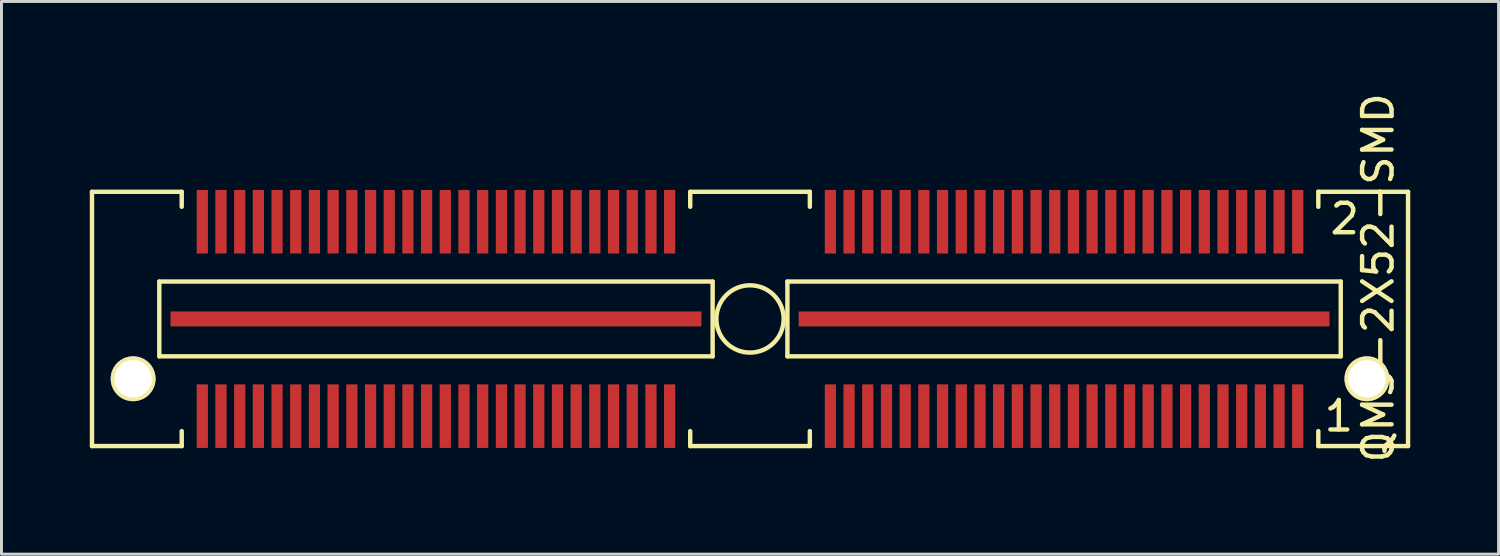
<source format=kicad_pcb>
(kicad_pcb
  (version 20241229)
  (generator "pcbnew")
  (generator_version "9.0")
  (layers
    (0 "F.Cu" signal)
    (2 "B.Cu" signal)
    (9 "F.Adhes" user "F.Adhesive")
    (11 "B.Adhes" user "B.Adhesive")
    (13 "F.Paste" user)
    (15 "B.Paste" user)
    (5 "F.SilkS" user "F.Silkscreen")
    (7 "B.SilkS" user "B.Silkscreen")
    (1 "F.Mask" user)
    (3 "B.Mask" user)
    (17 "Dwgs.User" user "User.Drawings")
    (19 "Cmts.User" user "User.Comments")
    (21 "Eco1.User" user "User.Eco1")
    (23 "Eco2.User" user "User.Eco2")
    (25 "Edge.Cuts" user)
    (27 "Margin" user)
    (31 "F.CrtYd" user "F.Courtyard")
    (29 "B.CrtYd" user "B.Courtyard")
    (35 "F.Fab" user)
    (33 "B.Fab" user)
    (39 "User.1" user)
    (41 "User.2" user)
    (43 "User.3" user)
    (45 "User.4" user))
  (footprint "QMS-2X52-SMD"
    (layer "F.Cu")
    (at 22.427 7.784)
    (property "Reference" "QMS-2X52-SMD" (at 21.336 -1.397 90) (layer "F.SilkS") (effects (font (size 1 1) (thickness 0.15))))
    (attr smd)
    (fp_line (start -22.352 -4.318) (end -19.304 -4.318) (stroke (width 0.15) (type solid)) (layer "F.SilkS"))
    (fp_line (start -22.352 4.318) (end -22.352 -4.318) (stroke (width 0.15) (type solid)) (layer "F.SilkS"))
    (fp_line (start -20.066 -1.27) (end -20.066 1.27) (stroke (width 0.15) (type solid)) (layer "F.SilkS"))
    (fp_line (start -20.066 -1.27) (end -1.27 -1.27) (stroke (width 0.15) (type solid)) (layer "F.SilkS"))
    (fp_line (start -19.304 -4.318) (end -19.304 -3.81) (stroke (width 0.15) (type solid)) (layer "F.SilkS"))
    (fp_line (start -19.304 3.81) (end -19.304 4.318) (stroke (width 0.15) (type solid)) (layer "F.SilkS"))
    (fp_line (start -19.304 4.318) (end -22.352 4.318) (stroke (width 0.15) (type solid)) (layer "F.SilkS"))
    (fp_line (start -2.032 -4.318) (end 2.032 -4.318) (stroke (width 0.15) (type solid)) (layer "F.SilkS"))
    (fp_line (start -2.032 -3.81) (end -2.032 -4.318) (stroke (width 0.15) (type solid)) (layer "F.SilkS"))
    (fp_line (start -2.032 4.318) (end -2.032 3.81) (stroke (width 0.15) (type solid)) (layer "F.SilkS"))
    (fp_line (start -1.27 1.27) (end -20.066 1.27) (stroke (width 0.15) (type solid)) (layer "F.SilkS"))
    (fp_line (start -1.27 1.27) (end -1.27 -1.27) (stroke (width 0.15) (type solid)) (layer "F.SilkS"))
    (fp_line (start 1.27 -1.27) (end 20.066 -1.27) (stroke (width 0.15) (type solid)) (layer "F.SilkS"))
    (fp_line (start 1.27 1.27) (end 1.27 -1.27) (stroke (width 0.15) (type solid)) (layer "F.SilkS"))
    (fp_line (start 2.032 -4.318) (end 2.032 -3.81) (stroke (width 0.15) (type solid)) (layer "F.SilkS"))
    (fp_line (start 2.032 3.81) (end 2.032 4.318) (stroke (width 0.15) (type solid)) (layer "F.SilkS"))
    (fp_line (start 2.032 4.318) (end -2.032 4.318) (stroke (width 0.15) (type solid)) (layer "F.SilkS"))
    (fp_line (start 19.304 -4.318) (end 22.352 -4.318) (stroke (width 0.15) (type solid)) (layer "F.SilkS"))
    (fp_line (start 19.304 -3.81) (end 19.304 -4.318) (stroke (width 0.15) (type solid)) (layer "F.SilkS"))
    (fp_line (start 19.304 4.318) (end 19.304 3.81) (stroke (width 0.15) (type solid)) (layer "F.SilkS"))
    (fp_line (start 20.066 -1.27) (end 20.066 1.27) (stroke (width 0.15) (type solid)) (layer "F.SilkS"))
    (fp_line (start 20.066 1.27) (end 1.27 1.27) (stroke (width 0.15) (type solid)) (layer "F.SilkS"))
    (fp_line (start 22.352 -4.318) (end 22.352 4.318) (stroke (width 0.15) (type solid)) (layer "F.SilkS"))
    (fp_line (start 22.352 4.318) (end 19.304 4.318) (stroke (width 0.15) (type solid)) (layer "F.SilkS"))
    (fp_circle (center 0 0) (end 0 -1.143) (stroke (width 0.15) (type solid)) (fill no) (layer "F.SilkS"))
    (fp_text user "1" (at 20 3.299 0) (layer "F.SilkS") (effects (font (size 1 1) (thickness 0.15))))
    (fp_text user "2" (at 20.201 -3.401 0) (layer "F.SilkS") (effects (font (size 1 1) (thickness 0.15))))
    (pad "" thru_hole circle (at -20.955 2.032) (size 1.524 1.524) (drill 1.27) (layers "*.Cu" "*.Mask" "F.SilkS"))
    (pad "" thru_hole circle (at 20.955 2.032) (size 1.524 1.524) (drill 1.27) (layers "*.Cu" "*.Mask" "F.SilkS"))
    (pad "1" smd rect (at 18.605 3.302) (size 0.381 2.159) (layers "F.Cu" "F.Mask" "F.Paste"))
    (pad "2" smd rect (at 18.605 -3.302) (size 0.381 2.159) (layers "F.Cu" "F.Mask" "F.Paste"))
    (pad "3" smd rect (at 17.971 3.302) (size 0.381 2.159) (layers "F.Cu" "F.Mask" "F.Paste"))
    (pad "4" smd rect (at 17.971 -3.302) (size 0.381 2.159) (layers "F.Cu" "F.Mask" "F.Paste"))
    (pad "5" smd rect (at 17.335 3.302) (size 0.381 2.159) (layers "F.Cu" "F.Mask" "F.Paste"))
    (pad "6" smd rect (at 17.335 -3.302) (size 0.381 2.159) (layers "F.Cu" "F.Mask" "F.Paste"))
    (pad "7" smd rect (at 16.701 3.302) (size 0.381 2.159) (layers "F.Cu" "F.Mask" "F.Paste"))
    (pad "8" smd rect (at 16.701 -3.302) (size 0.381 2.159) (layers "F.Cu" "F.Mask" "F.Paste"))
    (pad "9" smd rect (at 16.066 3.302) (size 0.381 2.159) (layers "F.Cu" "F.Mask" "F.Paste"))
    (pad "10" smd rect (at 16.066 -3.302) (size 0.381 2.159) (layers "F.Cu" "F.Mask" "F.Paste"))
    (pad "11" smd rect (at 15.431 3.302) (size 0.381 2.159) (layers "F.Cu" "F.Mask" "F.Paste"))
    (pad "12" smd rect (at 15.431 -3.302) (size 0.381 2.159) (layers "F.Cu" "F.Mask" "F.Paste"))
    (pad "13" smd rect (at 14.796 3.302) (size 0.381 2.159) (layers "F.Cu" "F.Mask" "F.Paste"))
    (pad "14" smd rect (at 14.796 -3.302) (size 0.381 2.159) (layers "F.Cu" "F.Mask" "F.Paste"))
    (pad "15" smd rect (at 14.161 3.302) (size 0.381 2.159) (layers "F.Cu" "F.Mask" "F.Paste"))
    (pad "16" smd rect (at 14.161 -3.302) (size 0.381 2.159) (layers "F.Cu" "F.Mask" "F.Paste"))
    (pad "17" smd rect (at 13.525 3.302) (size 0.381 2.159) (layers "F.Cu" "F.Mask" "F.Paste"))
    (pad "18" smd rect (at 13.525 -3.302) (size 0.381 2.159) (layers "F.Cu" "F.Mask" "F.Paste"))
    (pad "19" smd rect (at 12.89 3.302) (size 0.381 2.159) (layers "F.Cu" "F.Mask" "F.Paste"))
    (pad "20" smd rect (at 12.89 -3.302) (size 0.381 2.159) (layers "F.Cu" "F.Mask" "F.Paste"))
    (pad "21" smd rect (at 12.255 3.302) (size 0.381 2.159) (layers "F.Cu" "F.Mask" "F.Paste"))
    (pad "22" smd rect (at 12.255 -3.302) (size 0.381 2.159) (layers "F.Cu" "F.Mask" "F.Paste"))
    (pad "23" smd rect (at 11.62 3.302) (size 0.381 2.159) (layers "F.Cu" "F.Mask" "F.Paste"))
    (pad "24" smd rect (at 11.62 -3.302) (size 0.381 2.159) (layers "F.Cu" "F.Mask" "F.Paste"))
    (pad "25" smd rect (at 10.986 3.302) (size 0.381 2.159) (layers "F.Cu" "F.Mask" "F.Paste"))
    (pad "26" smd rect (at 10.986 -3.302) (size 0.381 2.159) (layers "F.Cu" "F.Mask" "F.Paste"))
    (pad "27" smd rect (at 10.351 3.302) (size 0.381 2.159) (layers "F.Cu" "F.Mask" "F.Paste"))
    (pad "28" smd rect (at 10.351 -3.302) (size 0.381 2.159) (layers "F.Cu" "F.Mask" "F.Paste"))
    (pad "29" smd rect (at 9.716 3.302) (size 0.381 2.159) (layers "F.Cu" "F.Mask" "F.Paste"))
    (pad "30" smd rect (at 9.716 -3.302) (size 0.381 2.159) (layers "F.Cu" "F.Mask" "F.Paste"))
    (pad "31" smd rect (at 9.081 3.302) (size 0.381 2.159) (layers "F.Cu" "F.Mask" "F.Paste"))
    (pad "32" smd rect (at 9.081 -3.302) (size 0.381 2.159) (layers "F.Cu" "F.Mask" "F.Paste"))
    (pad "33" smd rect (at 8.445 3.302) (size 0.381 2.159) (layers "F.Cu" "F.Mask" "F.Paste"))
    (pad "34" smd rect (at 8.445 -3.302) (size 0.381 2.159) (layers "F.Cu" "F.Mask" "F.Paste"))
    (pad "35" smd rect (at 7.811 3.302) (size 0.381 2.159) (layers "F.Cu" "F.Mask" "F.Paste"))
    (pad "36" smd rect (at 7.811 -3.302) (size 0.381 2.159) (layers "F.Cu" "F.Mask" "F.Paste"))
    (pad "37" smd rect (at 7.176 3.302) (size 0.381 2.159) (layers "F.Cu" "F.Mask" "F.Paste"))
    (pad "38" smd rect (at 7.176 -3.302) (size 0.381 2.159) (layers "F.Cu" "F.Mask" "F.Paste"))
    (pad "39" smd rect (at 6.54 3.302) (size 0.381 2.159) (layers "F.Cu" "F.Mask" "F.Paste"))
    (pad "40" smd rect (at 6.54 -3.302) (size 0.381 2.159) (layers "F.Cu" "F.Mask" "F.Paste"))
    (pad "41" smd rect (at 5.905 3.302) (size 0.381 2.159) (layers "F.Cu" "F.Mask" "F.Paste"))
    (pad "42" smd rect (at 5.905 -3.302) (size 0.381 2.159) (layers "F.Cu" "F.Mask" "F.Paste"))
    (pad "43" smd rect (at 5.271 3.302) (size 0.381 2.159) (layers "F.Cu" "F.Mask" "F.Paste"))
    (pad "44" smd rect (at 5.271 -3.302) (size 0.381 2.159) (layers "F.Cu" "F.Mask" "F.Paste"))
    (pad "45" smd rect (at 4.636 3.302) (size 0.381 2.159) (layers "F.Cu" "F.Mask" "F.Paste"))
    (pad "46" smd rect (at 4.636 -3.302) (size 0.381 2.159) (layers "F.Cu" "F.Mask" "F.Paste"))
    (pad "47" smd rect (at 4 3.302) (size 0.381 2.159) (layers "F.Cu" "F.Mask" "F.Paste"))
    (pad "48" smd rect (at 4 -3.302) (size 0.381 2.159) (layers "F.Cu" "F.Mask" "F.Paste"))
    (pad "49" smd rect (at 3.365 3.302) (size 0.381 2.159) (layers "F.Cu" "F.Mask" "F.Paste"))
    (pad "50" smd rect (at 3.365 -3.302) (size 0.381 2.159) (layers "F.Cu" "F.Mask" "F.Paste"))
    (pad "51" smd rect (at 2.731 3.302) (size 0.381 2.159) (layers "F.Cu" "F.Mask" "F.Paste"))
    (pad "52" smd rect (at 2.731 -3.302) (size 0.381 2.159) (layers "F.Cu" "F.Mask" "F.Paste"))
    (pad "53" smd rect (at -2.731 3.302) (size 0.381 2.159) (layers "F.Cu" "F.Mask" "F.Paste"))
    (pad "54" smd rect (at -2.731 -3.302) (size 0.381 2.159) (layers "F.Cu" "F.Mask" "F.Paste"))
    (pad "55" smd rect (at -3.365 3.302) (size 0.381 2.159) (layers "F.Cu" "F.Mask" "F.Paste"))
    (pad "56" smd rect (at -3.365 -3.302) (size 0.381 2.159) (layers "F.Cu" "F.Mask" "F.Paste"))
    (pad "57" smd rect (at -4 3.302) (size 0.381 2.159) (layers "F.Cu" "F.Mask" "F.Paste"))
    (pad "58" smd rect (at -4 -3.302) (size 0.381 2.159) (layers "F.Cu" "F.Mask" "F.Paste"))
    (pad "59" smd rect (at -4.636 3.302) (size 0.381 2.159) (layers "F.Cu" "F.Mask" "F.Paste"))
    (pad "60" smd rect (at -4.636 -3.302) (size 0.381 2.159) (layers "F.Cu" "F.Mask" "F.Paste"))
    (pad "61" smd rect (at -5.271 3.302) (size 0.381 2.159) (layers "F.Cu" "F.Mask" "F.Paste"))
    (pad "62" smd rect (at -5.271 -3.302) (size 0.381 2.159) (layers "F.Cu" "F.Mask" "F.Paste"))
    (pad "63" smd rect (at -5.905 3.302) (size 0.381 2.159) (layers "F.Cu" "F.Mask" "F.Paste"))
    (pad "64" smd rect (at -5.905 -3.302) (size 0.381 2.159) (layers "F.Cu" "F.Mask" "F.Paste"))
    (pad "65" smd rect (at -6.54 3.302) (size 0.381 2.159) (layers "F.Cu" "F.Mask" "F.Paste"))
    (pad "66" smd rect (at -6.54 -3.302) (size 0.381 2.159) (layers "F.Cu" "F.Mask" "F.Paste"))
    (pad "67" smd rect (at -7.176 3.302) (size 0.381 2.159) (layers "F.Cu" "F.Mask" "F.Paste"))
    (pad "68" smd rect (at -7.176 -3.302) (size 0.381 2.159) (layers "F.Cu" "F.Mask" "F.Paste"))
    (pad "69" smd rect (at -7.811 3.302) (size 0.381 2.159) (layers "F.Cu" "F.Mask" "F.Paste"))
    (pad "70" smd rect (at -7.811 -3.302) (size 0.381 2.159) (layers "F.Cu" "F.Mask" "F.Paste"))
    (pad "71" smd rect (at -8.445 3.302) (size 0.381 2.159) (layers "F.Cu" "F.Mask" "F.Paste"))
    (pad "72" smd rect (at -8.445 -3.302) (size 0.381 2.159) (layers "F.Cu" "F.Mask" "F.Paste"))
    (pad "73" smd rect (at -9.081 3.302) (size 0.381 2.159) (layers "F.Cu" "F.Mask" "F.Paste"))
    (pad "74" smd rect (at -9.081 -3.302) (size 0.381 2.159) (layers "F.Cu" "F.Mask" "F.Paste"))
    (pad "75" smd rect (at -9.716 3.302) (size 0.381 2.159) (layers "F.Cu" "F.Mask" "F.Paste"))
    (pad "76" smd rect (at -9.716 -3.302) (size 0.381 2.159) (layers "F.Cu" "F.Mask" "F.Paste"))
    (pad "77" smd rect (at -10.351 3.302) (size 0.381 2.159) (layers "F.Cu" "F.Mask" "F.Paste"))
    (pad "78" smd rect (at -10.351 -3.302) (size 0.381 2.159) (layers "F.Cu" "F.Mask" "F.Paste"))
    (pad "79" smd rect (at -10.986 3.302) (size 0.381 2.159) (layers "F.Cu" "F.Mask" "F.Paste"))
    (pad "80" smd rect (at -10.986 -3.302) (size 0.381 2.159) (layers "F.Cu" "F.Mask" "F.Paste"))
    (pad "81" smd rect (at -11.62 3.302) (size 0.381 2.159) (layers "F.Cu" "F.Mask" "F.Paste"))
    (pad "82" smd rect (at -11.62 -3.302) (size 0.381 2.159) (layers "F.Cu" "F.Mask" "F.Paste"))
    (pad "83" smd rect (at -12.255 3.302) (size 0.381 2.159) (layers "F.Cu" "F.Mask" "F.Paste"))
    (pad "84" smd rect (at -12.255 -3.302) (size 0.381 2.159) (layers "F.Cu" "F.Mask" "F.Paste"))
    (pad "85" smd rect (at -12.89 3.302) (size 0.381 2.159) (layers "F.Cu" "F.Mask" "F.Paste"))
    (pad "86" smd rect (at -12.89 -3.302) (size 0.381 2.159) (layers "F.Cu" "F.Mask" "F.Paste"))
    (pad "87" smd rect (at -13.525 3.302) (size 0.381 2.159) (layers "F.Cu" "F.Mask" "F.Paste"))
    (pad "88" smd rect (at -13.525 -3.302) (size 0.381 2.159) (layers "F.Cu" "F.Mask" "F.Paste"))
    (pad "89" smd rect (at -14.161 3.302) (size 0.381 2.159) (layers "F.Cu" "F.Mask" "F.Paste"))
    (pad "90" smd rect (at -14.161 -3.302) (size 0.381 2.159) (layers "F.Cu" "F.Mask" "F.Paste"))
    (pad "91" smd rect (at -14.796 3.302) (size 0.381 2.159) (layers "F.Cu" "F.Mask" "F.Paste"))
    (pad "92" smd rect (at -14.796 -3.302) (size 0.381 2.159) (layers "F.Cu" "F.Mask" "F.Paste"))
    (pad "93" smd rect (at -15.431 3.302) (size 0.381 2.159) (layers "F.Cu" "F.Mask" "F.Paste"))
    (pad "94" smd rect (at -15.431 -3.302) (size 0.381 2.159) (layers "F.Cu" "F.Mask" "F.Paste"))
    (pad "95" smd rect (at -16.066 3.302) (size 0.381 2.159) (layers "F.Cu" "F.Mask" "F.Paste"))
    (pad "96" smd rect (at -16.066 -3.302) (size 0.381 2.159) (layers "F.Cu" "F.Mask" "F.Paste"))
    (pad "97" smd rect (at -16.701 3.302) (size 0.381 2.159) (layers "F.Cu" "F.Mask" "F.Paste"))
    (pad "98" smd rect (at -16.701 -3.302) (size 0.381 2.159) (layers "F.Cu" "F.Mask" "F.Paste"))
    (pad "99" smd rect (at -17.335 3.302) (size 0.381 2.159) (layers "F.Cu" "F.Mask" "F.Paste"))
    (pad "100" smd rect (at -17.335 -3.302) (size 0.381 2.159) (layers "F.Cu" "F.Mask" "F.Paste"))
    (pad "101" smd rect (at -17.971 3.302) (size 0.381 2.159) (layers "F.Cu" "F.Mask" "F.Paste"))
    (pad "102" smd rect (at -17.971 -3.302) (size 0.381 2.159) (layers "F.Cu" "F.Mask" "F.Paste"))
    (pad "103" smd rect (at -18.605 3.302) (size 0.381 2.159) (layers "F.Cu" "F.Mask" "F.Paste"))
    (pad "104" smd rect (at -18.605 -3.302) (size 0.381 2.159) (layers "F.Cu" "F.Mask" "F.Paste"))
    (pad "105" smd rect (at 10.668 0) (size 18.034 0.508) (layers "F.Cu" "F.Mask" "F.Paste"))
    (pad "106" smd rect (at -10.668 0) (size 18.034 0.508) (layers "F.Cu" "F.Mask" "F.Paste")))
  (gr_rect
    (start -3 -3)
    (end 47.854 15.774)
    (stroke (width 0.1) (type default))
    (fill no)
    (layer "Edge.Cuts")))
</source>
